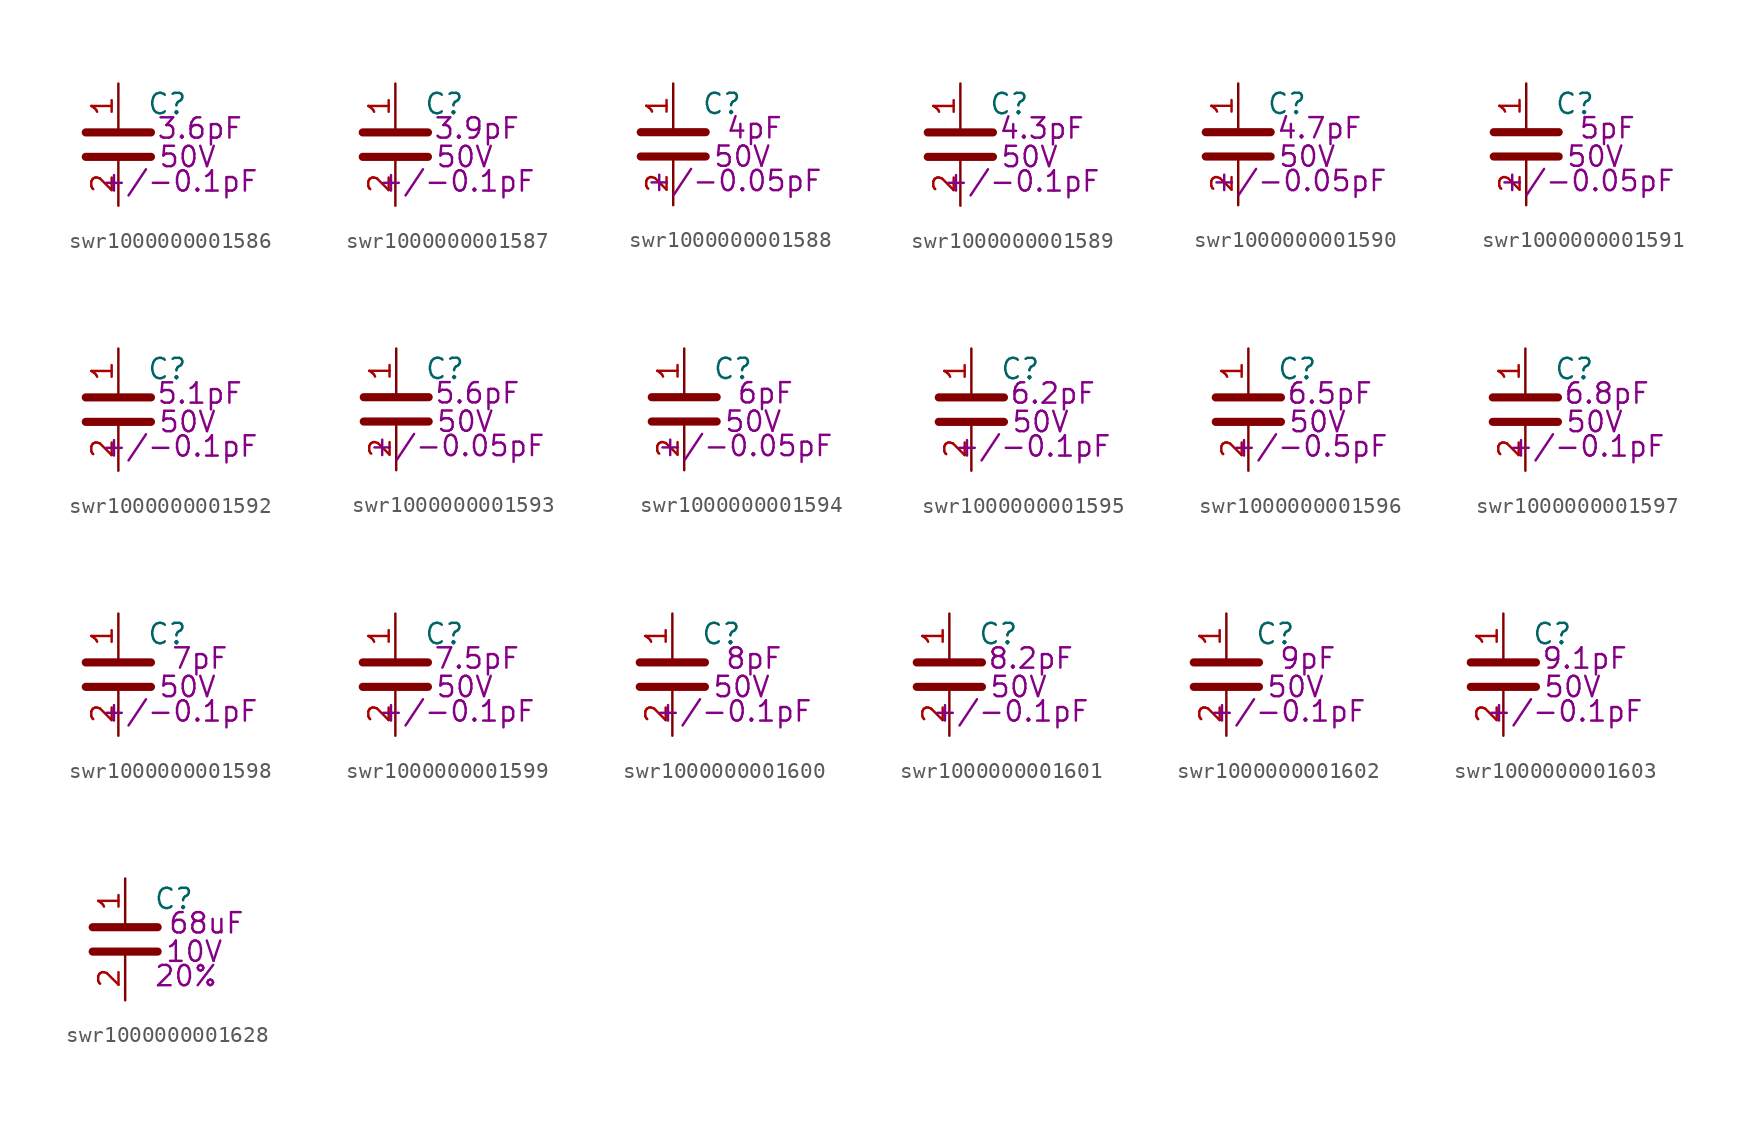
<source format=kicad_sym>
(kicad_symbol_lib
  (version 20220914)
  (generator kicad_symbol_editor)
  (symbol "swr1000000001586"
    (pin_names
      (offset 1.016))
    (property "Reference" "C"
      (at 3.048 2.54 0)
      (effects (font (size 1.27 1.27))))
    (property "PartValue" "3.6pF"
      (at 5.08 1.016 0)
      (effects (font (size 1.27 1.27))))
    (property "Voltage" "50V"
      (at 4.318 -0.762 0)
      (effects (font (size 1.27 1.27))))
    (property "Tolerance" "+/-0.1pF"
      (at 3.81 -2.286 0)
      (effects (font (size 1.27 1.27))))
    (symbol "swr1000000001586_1_1"
      (polyline (pts (xy -2.032 -0.762) (xy 2.032 -0.762)) (stroke (width 0.508) (type default)) (fill (type none)))
      (polyline (pts (xy -2.032 0.762) (xy 2.032 0.762)) (stroke (width 0.508) (type default)) (fill (type none)))
      (pin passive line (at 0 3.81 270) (length 2.794) (name "~" (effects (font (size 1.27 1.27)))) (number "1" (effects (font (size 1.27 1.27)))))
      (pin passive line (at 0 -3.81 90) (length 2.794) (name "~" (effects (font (size 1.27 1.27)))) (number "2" (effects (font (size 1.27 1.27)))))))
  (symbol "swr1000000001587"
    (pin_names
      (offset 1.016))
    (property "Reference" "C"
      (at 3.048 2.54 0)
      (effects (font (size 1.27 1.27))))
    (property "PartValue" "3.9pF"
      (at 5.08 1.016 0)
      (effects (font (size 1.27 1.27))))
    (property "Voltage" "50V"
      (at 4.318 -0.762 0)
      (effects (font (size 1.27 1.27))))
    (property "Tolerance" "+/-0.1pF"
      (at 3.81 -2.286 0)
      (effects (font (size 1.27 1.27))))
    (symbol "swr1000000001587_1_1"
      (polyline (pts (xy -2.032 -0.762) (xy 2.032 -0.762)) (stroke (width 0.508) (type default)) (fill (type none)))
      (polyline (pts (xy -2.032 0.762) (xy 2.032 0.762)) (stroke (width 0.508) (type default)) (fill (type none)))
      (pin passive line (at 0 3.81 270) (length 2.794) (name "~" (effects (font (size 1.27 1.27)))) (number "1" (effects (font (size 1.27 1.27)))))
      (pin passive line (at 0 -3.81 90) (length 2.794) (name "~" (effects (font (size 1.27 1.27)))) (number "2" (effects (font (size 1.27 1.27)))))))
  (symbol "swr1000000001588"
    (pin_names
      (offset 1.016))
    (property "Reference" "C"
      (at 3.048 2.54 0)
      (effects (font (size 1.27 1.27))))
    (property "PartValue" "4pF"
      (at 5.08 1.016 0)
      (effects (font (size 1.27 1.27))))
    (property "Voltage" "50V"
      (at 4.318 -0.762 0)
      (effects (font (size 1.27 1.27))))
    (property "Tolerance" "+/-0.05pF"
      (at 3.81 -2.286 0)
      (effects (font (size 1.27 1.27))))
    (symbol "swr1000000001588_1_1"
      (polyline (pts (xy -2.032 -0.762) (xy 2.032 -0.762)) (stroke (width 0.508) (type default)) (fill (type none)))
      (polyline (pts (xy -2.032 0.762) (xy 2.032 0.762)) (stroke (width 0.508) (type default)) (fill (type none)))
      (pin passive line (at 0 3.81 270) (length 2.794) (name "~" (effects (font (size 1.27 1.27)))) (number "1" (effects (font (size 1.27 1.27)))))
      (pin passive line (at 0 -3.81 90) (length 2.794) (name "~" (effects (font (size 1.27 1.27)))) (number "2" (effects (font (size 1.27 1.27)))))))
  (symbol "swr1000000001589"
    (pin_names
      (offset 1.016))
    (property "Reference" "C"
      (at 3.048 2.54 0)
      (effects (font (size 1.27 1.27))))
    (property "PartValue" "4.3pF"
      (at 5.08 1.016 0)
      (effects (font (size 1.27 1.27))))
    (property "Voltage" "50V"
      (at 4.318 -0.762 0)
      (effects (font (size 1.27 1.27))))
    (property "Tolerance" "+/-0.1pF"
      (at 3.81 -2.286 0)
      (effects (font (size 1.27 1.27))))
    (symbol "swr1000000001589_1_1"
      (polyline (pts (xy -2.032 -0.762) (xy 2.032 -0.762)) (stroke (width 0.508) (type default)) (fill (type none)))
      (polyline (pts (xy -2.032 0.762) (xy 2.032 0.762)) (stroke (width 0.508) (type default)) (fill (type none)))
      (pin passive line (at 0 3.81 270) (length 2.794) (name "~" (effects (font (size 1.27 1.27)))) (number "1" (effects (font (size 1.27 1.27)))))
      (pin passive line (at 0 -3.81 90) (length 2.794) (name "~" (effects (font (size 1.27 1.27)))) (number "2" (effects (font (size 1.27 1.27)))))))
  (symbol "swr1000000001590"
    (pin_names
      (offset 1.016))
    (property "Reference" "C"
      (at 3.048 2.54 0)
      (effects (font (size 1.27 1.27))))
    (property "PartValue" "4.7pF"
      (at 5.08 1.016 0)
      (effects (font (size 1.27 1.27))))
    (property "Voltage" "50V"
      (at 4.318 -0.762 0)
      (effects (font (size 1.27 1.27))))
    (property "Tolerance" "+/-0.05pF"
      (at 3.81 -2.286 0)
      (effects (font (size 1.27 1.27))))
    (symbol "swr1000000001590_1_1"
      (polyline (pts (xy -2.032 -0.762) (xy 2.032 -0.762)) (stroke (width 0.508) (type default)) (fill (type none)))
      (polyline (pts (xy -2.032 0.762) (xy 2.032 0.762)) (stroke (width 0.508) (type default)) (fill (type none)))
      (pin passive line (at 0 3.81 270) (length 2.794) (name "~" (effects (font (size 1.27 1.27)))) (number "1" (effects (font (size 1.27 1.27)))))
      (pin passive line (at 0 -3.81 90) (length 2.794) (name "~" (effects (font (size 1.27 1.27)))) (number "2" (effects (font (size 1.27 1.27)))))))
  (symbol "swr1000000001591"
    (pin_names
      (offset 1.016))
    (property "Reference" "C"
      (at 3.048 2.54 0)
      (effects (font (size 1.27 1.27))))
    (property "PartValue" "5pF"
      (at 5.08 1.016 0)
      (effects (font (size 1.27 1.27))))
    (property "Voltage" "50V"
      (at 4.318 -0.762 0)
      (effects (font (size 1.27 1.27))))
    (property "Tolerance" "+/-0.05pF"
      (at 3.81 -2.286 0)
      (effects (font (size 1.27 1.27))))
    (symbol "swr1000000001591_1_1"
      (polyline (pts (xy -2.032 -0.762) (xy 2.032 -0.762)) (stroke (width 0.508) (type default)) (fill (type none)))
      (polyline (pts (xy -2.032 0.762) (xy 2.032 0.762)) (stroke (width 0.508) (type default)) (fill (type none)))
      (pin passive line (at 0 3.81 270) (length 2.794) (name "~" (effects (font (size 1.27 1.27)))) (number "1" (effects (font (size 1.27 1.27)))))
      (pin passive line (at 0 -3.81 90) (length 2.794) (name "~" (effects (font (size 1.27 1.27)))) (number "2" (effects (font (size 1.27 1.27)))))))
  (symbol "swr1000000001592"
    (pin_names
      (offset 1.016))
    (property "Reference" "C"
      (at 3.048 2.54 0)
      (effects (font (size 1.27 1.27))))
    (property "PartValue" "5.1pF"
      (at 5.08 1.016 0)
      (effects (font (size 1.27 1.27))))
    (property "Voltage" "50V"
      (at 4.318 -0.762 0)
      (effects (font (size 1.27 1.27))))
    (property "Tolerance" "+/-0.1pF"
      (at 3.81 -2.286 0)
      (effects (font (size 1.27 1.27))))
    (symbol "swr1000000001592_1_1"
      (polyline (pts (xy -2.032 -0.762) (xy 2.032 -0.762)) (stroke (width 0.508) (type default)) (fill (type none)))
      (polyline (pts (xy -2.032 0.762) (xy 2.032 0.762)) (stroke (width 0.508) (type default)) (fill (type none)))
      (pin passive line (at 0 3.81 270) (length 2.794) (name "~" (effects (font (size 1.27 1.27)))) (number "1" (effects (font (size 1.27 1.27)))))
      (pin passive line (at 0 -3.81 90) (length 2.794) (name "~" (effects (font (size 1.27 1.27)))) (number "2" (effects (font (size 1.27 1.27)))))))
  (symbol "swr1000000001593"
    (pin_names
      (offset 1.016))
    (property "Reference" "C"
      (at 3.048 2.54 0)
      (effects (font (size 1.27 1.27))))
    (property "PartValue" "5.6pF"
      (at 5.08 1.016 0)
      (effects (font (size 1.27 1.27))))
    (property "Voltage" "50V"
      (at 4.318 -0.762 0)
      (effects (font (size 1.27 1.27))))
    (property "Tolerance" "+/-0.05pF"
      (at 3.81 -2.286 0)
      (effects (font (size 1.27 1.27))))
    (symbol "swr1000000001593_1_1"
      (polyline (pts (xy -2.032 -0.762) (xy 2.032 -0.762)) (stroke (width 0.508) (type default)) (fill (type none)))
      (polyline (pts (xy -2.032 0.762) (xy 2.032 0.762)) (stroke (width 0.508) (type default)) (fill (type none)))
      (pin passive line (at 0 3.81 270) (length 2.794) (name "~" (effects (font (size 1.27 1.27)))) (number "1" (effects (font (size 1.27 1.27)))))
      (pin passive line (at 0 -3.81 90) (length 2.794) (name "~" (effects (font (size 1.27 1.27)))) (number "2" (effects (font (size 1.27 1.27)))))))
  (symbol "swr1000000001594"
    (pin_names
      (offset 1.016))
    (property "Reference" "C"
      (at 3.048 2.54 0)
      (effects (font (size 1.27 1.27))))
    (property "PartValue" "6pF"
      (at 5.08 1.016 0)
      (effects (font (size 1.27 1.27))))
    (property "Voltage" "50V"
      (at 4.318 -0.762 0)
      (effects (font (size 1.27 1.27))))
    (property "Tolerance" "+/-0.05pF"
      (at 3.81 -2.286 0)
      (effects (font (size 1.27 1.27))))
    (symbol "swr1000000001594_1_1"
      (polyline (pts (xy -2.032 -0.762) (xy 2.032 -0.762)) (stroke (width 0.508) (type default)) (fill (type none)))
      (polyline (pts (xy -2.032 0.762) (xy 2.032 0.762)) (stroke (width 0.508) (type default)) (fill (type none)))
      (pin passive line (at 0 3.81 270) (length 2.794) (name "~" (effects (font (size 1.27 1.27)))) (number "1" (effects (font (size 1.27 1.27)))))
      (pin passive line (at 0 -3.81 90) (length 2.794) (name "~" (effects (font (size 1.27 1.27)))) (number "2" (effects (font (size 1.27 1.27)))))))
  (symbol "swr1000000001595"
    (pin_names
      (offset 1.016))
    (property "Reference" "C"
      (at 3.048 2.54 0)
      (effects (font (size 1.27 1.27))))
    (property "PartValue" "6.2pF"
      (at 5.08 1.016 0)
      (effects (font (size 1.27 1.27))))
    (property "Voltage" "50V"
      (at 4.318 -0.762 0)
      (effects (font (size 1.27 1.27))))
    (property "Tolerance" "+/-0.1pF"
      (at 3.81 -2.286 0)
      (effects (font (size 1.27 1.27))))
    (symbol "swr1000000001595_1_1"
      (polyline (pts (xy -2.032 -0.762) (xy 2.032 -0.762)) (stroke (width 0.508) (type default)) (fill (type none)))
      (polyline (pts (xy -2.032 0.762) (xy 2.032 0.762)) (stroke (width 0.508) (type default)) (fill (type none)))
      (pin passive line (at 0 3.81 270) (length 2.794) (name "~" (effects (font (size 1.27 1.27)))) (number "1" (effects (font (size 1.27 1.27)))))
      (pin passive line (at 0 -3.81 90) (length 2.794) (name "~" (effects (font (size 1.27 1.27)))) (number "2" (effects (font (size 1.27 1.27)))))))
  (symbol "swr1000000001596"
    (pin_names
      (offset 1.016))
    (property "Reference" "C"
      (at 3.048 2.54 0)
      (effects (font (size 1.27 1.27))))
    (property "PartValue" "6.5pF"
      (at 5.08 1.016 0)
      (effects (font (size 1.27 1.27))))
    (property "Voltage" "50V"
      (at 4.318 -0.762 0)
      (effects (font (size 1.27 1.27))))
    (property "Tolerance" "+/-0.5pF"
      (at 3.81 -2.286 0)
      (effects (font (size 1.27 1.27))))
    (symbol "swr1000000001596_1_1"
      (polyline (pts (xy -2.032 -0.762) (xy 2.032 -0.762)) (stroke (width 0.508) (type default)) (fill (type none)))
      (polyline (pts (xy -2.032 0.762) (xy 2.032 0.762)) (stroke (width 0.508) (type default)) (fill (type none)))
      (pin passive line (at 0 3.81 270) (length 2.794) (name "~" (effects (font (size 1.27 1.27)))) (number "1" (effects (font (size 1.27 1.27)))))
      (pin passive line (at 0 -3.81 90) (length 2.794) (name "~" (effects (font (size 1.27 1.27)))) (number "2" (effects (font (size 1.27 1.27)))))))
  (symbol "swr1000000001597"
    (pin_names
      (offset 1.016))
    (property "Reference" "C"
      (at 3.048 2.54 0)
      (effects (font (size 1.27 1.27))))
    (property "PartValue" "6.8pF"
      (at 5.08 1.016 0)
      (effects (font (size 1.27 1.27))))
    (property "Voltage" "50V"
      (at 4.318 -0.762 0)
      (effects (font (size 1.27 1.27))))
    (property "Tolerance" "+/-0.1pF"
      (at 3.81 -2.286 0)
      (effects (font (size 1.27 1.27))))
    (symbol "swr1000000001597_1_1"
      (polyline (pts (xy -2.032 -0.762) (xy 2.032 -0.762)) (stroke (width 0.508) (type default)) (fill (type none)))
      (polyline (pts (xy -2.032 0.762) (xy 2.032 0.762)) (stroke (width 0.508) (type default)) (fill (type none)))
      (pin passive line (at 0 3.81 270) (length 2.794) (name "~" (effects (font (size 1.27 1.27)))) (number "1" (effects (font (size 1.27 1.27)))))
      (pin passive line (at 0 -3.81 90) (length 2.794) (name "~" (effects (font (size 1.27 1.27)))) (number "2" (effects (font (size 1.27 1.27)))))))
  (symbol "swr1000000001598"
    (pin_names
      (offset 1.016))
    (property "Reference" "C"
      (at 3.048 2.54 0)
      (effects (font (size 1.27 1.27))))
    (property "PartValue" "7pF"
      (at 5.08 1.016 0)
      (effects (font (size 1.27 1.27))))
    (property "Voltage" "50V"
      (at 4.318 -0.762 0)
      (effects (font (size 1.27 1.27))))
    (property "Tolerance" "+/-0.1pF"
      (at 3.81 -2.286 0)
      (effects (font (size 1.27 1.27))))
    (symbol "swr1000000001598_1_1"
      (polyline (pts (xy -2.032 -0.762) (xy 2.032 -0.762)) (stroke (width 0.508) (type default)) (fill (type none)))
      (polyline (pts (xy -2.032 0.762) (xy 2.032 0.762)) (stroke (width 0.508) (type default)) (fill (type none)))
      (pin passive line (at 0 3.81 270) (length 2.794) (name "~" (effects (font (size 1.27 1.27)))) (number "1" (effects (font (size 1.27 1.27)))))
      (pin passive line (at 0 -3.81 90) (length 2.794) (name "~" (effects (font (size 1.27 1.27)))) (number "2" (effects (font (size 1.27 1.27)))))))
  (symbol "swr1000000001599"
    (pin_names
      (offset 1.016))
    (property "Reference" "C"
      (at 3.048 2.54 0)
      (effects (font (size 1.27 1.27))))
    (property "PartValue" "7.5pF"
      (at 5.08 1.016 0)
      (effects (font (size 1.27 1.27))))
    (property "Voltage" "50V"
      (at 4.318 -0.762 0)
      (effects (font (size 1.27 1.27))))
    (property "Tolerance" "+/-0.1pF"
      (at 3.81 -2.286 0)
      (effects (font (size 1.27 1.27))))
    (symbol "swr1000000001599_1_1"
      (polyline (pts (xy -2.032 -0.762) (xy 2.032 -0.762)) (stroke (width 0.508) (type default)) (fill (type none)))
      (polyline (pts (xy -2.032 0.762) (xy 2.032 0.762)) (stroke (width 0.508) (type default)) (fill (type none)))
      (pin passive line (at 0 3.81 270) (length 2.794) (name "~" (effects (font (size 1.27 1.27)))) (number "1" (effects (font (size 1.27 1.27)))))
      (pin passive line (at 0 -3.81 90) (length 2.794) (name "~" (effects (font (size 1.27 1.27)))) (number "2" (effects (font (size 1.27 1.27)))))))
  (symbol "swr1000000001600"
    (pin_names
      (offset 1.016))
    (property "Reference" "C"
      (at 3.048 2.54 0)
      (effects (font (size 1.27 1.27))))
    (property "PartValue" "8pF"
      (at 5.08 1.016 0)
      (effects (font (size 1.27 1.27))))
    (property "Voltage" "50V"
      (at 4.318 -0.762 0)
      (effects (font (size 1.27 1.27))))
    (property "Tolerance" "+/-0.1pF"
      (at 3.81 -2.286 0)
      (effects (font (size 1.27 1.27))))
    (symbol "swr1000000001600_1_1"
      (polyline (pts (xy -2.032 -0.762) (xy 2.032 -0.762)) (stroke (width 0.508) (type default)) (fill (type none)))
      (polyline (pts (xy -2.032 0.762) (xy 2.032 0.762)) (stroke (width 0.508) (type default)) (fill (type none)))
      (pin passive line (at 0 3.81 270) (length 2.794) (name "~" (effects (font (size 1.27 1.27)))) (number "1" (effects (font (size 1.27 1.27)))))
      (pin passive line (at 0 -3.81 90) (length 2.794) (name "~" (effects (font (size 1.27 1.27)))) (number "2" (effects (font (size 1.27 1.27)))))))
  (symbol "swr1000000001601"
    (pin_names
      (offset 1.016))
    (property "Reference" "C"
      (at 3.048 2.54 0)
      (effects (font (size 1.27 1.27))))
    (property "PartValue" "8.2pF"
      (at 5.08 1.016 0)
      (effects (font (size 1.27 1.27))))
    (property "Voltage" "50V"
      (at 4.318 -0.762 0)
      (effects (font (size 1.27 1.27))))
    (property "Tolerance" "+/-0.1pF"
      (at 3.81 -2.286 0)
      (effects (font (size 1.27 1.27))))
    (symbol "swr1000000001601_1_1"
      (polyline (pts (xy -2.032 -0.762) (xy 2.032 -0.762)) (stroke (width 0.508) (type default)) (fill (type none)))
      (polyline (pts (xy -2.032 0.762) (xy 2.032 0.762)) (stroke (width 0.508) (type default)) (fill (type none)))
      (pin passive line (at 0 3.81 270) (length 2.794) (name "~" (effects (font (size 1.27 1.27)))) (number "1" (effects (font (size 1.27 1.27)))))
      (pin passive line (at 0 -3.81 90) (length 2.794) (name "~" (effects (font (size 1.27 1.27)))) (number "2" (effects (font (size 1.27 1.27)))))))
  (symbol "swr1000000001602"
    (pin_names
      (offset 1.016))
    (property "Reference" "C"
      (at 3.048 2.54 0)
      (effects (font (size 1.27 1.27))))
    (property "PartValue" "9pF"
      (at 5.08 1.016 0)
      (effects (font (size 1.27 1.27))))
    (property "Voltage" "50V"
      (at 4.318 -0.762 0)
      (effects (font (size 1.27 1.27))))
    (property "Tolerance" "+/-0.1pF"
      (at 3.81 -2.286 0)
      (effects (font (size 1.27 1.27))))
    (symbol "swr1000000001602_1_1"
      (polyline (pts (xy -2.032 -0.762) (xy 2.032 -0.762)) (stroke (width 0.508) (type default)) (fill (type none)))
      (polyline (pts (xy -2.032 0.762) (xy 2.032 0.762)) (stroke (width 0.508) (type default)) (fill (type none)))
      (pin passive line (at 0 3.81 270) (length 2.794) (name "~" (effects (font (size 1.27 1.27)))) (number "1" (effects (font (size 1.27 1.27)))))
      (pin passive line (at 0 -3.81 90) (length 2.794) (name "~" (effects (font (size 1.27 1.27)))) (number "2" (effects (font (size 1.27 1.27)))))))
  (symbol "swr1000000001603"
    (pin_names
      (offset 1.016))
    (property "Reference" "C"
      (at 3.048 2.54 0)
      (effects (font (size 1.27 1.27))))
    (property "PartValue" "9.1pF"
      (at 5.08 1.016 0)
      (effects (font (size 1.27 1.27))))
    (property "Voltage" "50V"
      (at 4.318 -0.762 0)
      (effects (font (size 1.27 1.27))))
    (property "Tolerance" "+/-0.1pF"
      (at 3.81 -2.286 0)
      (effects (font (size 1.27 1.27))))
    (symbol "swr1000000001603_1_1"
      (polyline (pts (xy -2.032 -0.762) (xy 2.032 -0.762)) (stroke (width 0.508) (type default)) (fill (type none)))
      (polyline (pts (xy -2.032 0.762) (xy 2.032 0.762)) (stroke (width 0.508) (type default)) (fill (type none)))
      (pin passive line (at 0 3.81 270) (length 2.794) (name "~" (effects (font (size 1.27 1.27)))) (number "1" (effects (font (size 1.27 1.27)))))
      (pin passive line (at 0 -3.81 90) (length 2.794) (name "~" (effects (font (size 1.27 1.27)))) (number "2" (effects (font (size 1.27 1.27)))))))
  (symbol "swr1000000001628"
    (pin_names
      (offset 1.016))
    (property "Reference" "C"
      (at 3.048 2.54 0)
      (effects (font (size 1.27 1.27))))
    (property "PartValue" "68uF"
      (at 5.08 1.016 0)
      (effects (font (size 1.27 1.27))))
    (property "Voltage" "10V"
      (at 4.318 -0.762 0)
      (effects (font (size 1.27 1.27))))
    (property "Tolerance" "20%"
      (at 3.81 -2.286 0)
      (effects (font (size 1.27 1.27))))
    (symbol "swr1000000001628_1_1"
      (polyline (pts (xy -2.032 -0.762) (xy 2.032 -0.762)) (stroke (width 0.508) (type default)) (fill (type none)))
      (polyline (pts (xy -2.032 0.762) (xy 2.032 0.762)) (stroke (width 0.508) (type default)) (fill (type none)))
      (pin passive line (at 0 3.81 270) (length 2.794) (name "~" (effects (font (size 1.27 1.27)))) (number "1" (effects (font (size 1.27 1.27)))))
      (pin passive line (at 0 -3.81 90) (length 2.794) (name "~" (effects (font (size 1.27 1.27)))) (number "2" (effects (font (size 1.27 1.27))))))))
</source>
